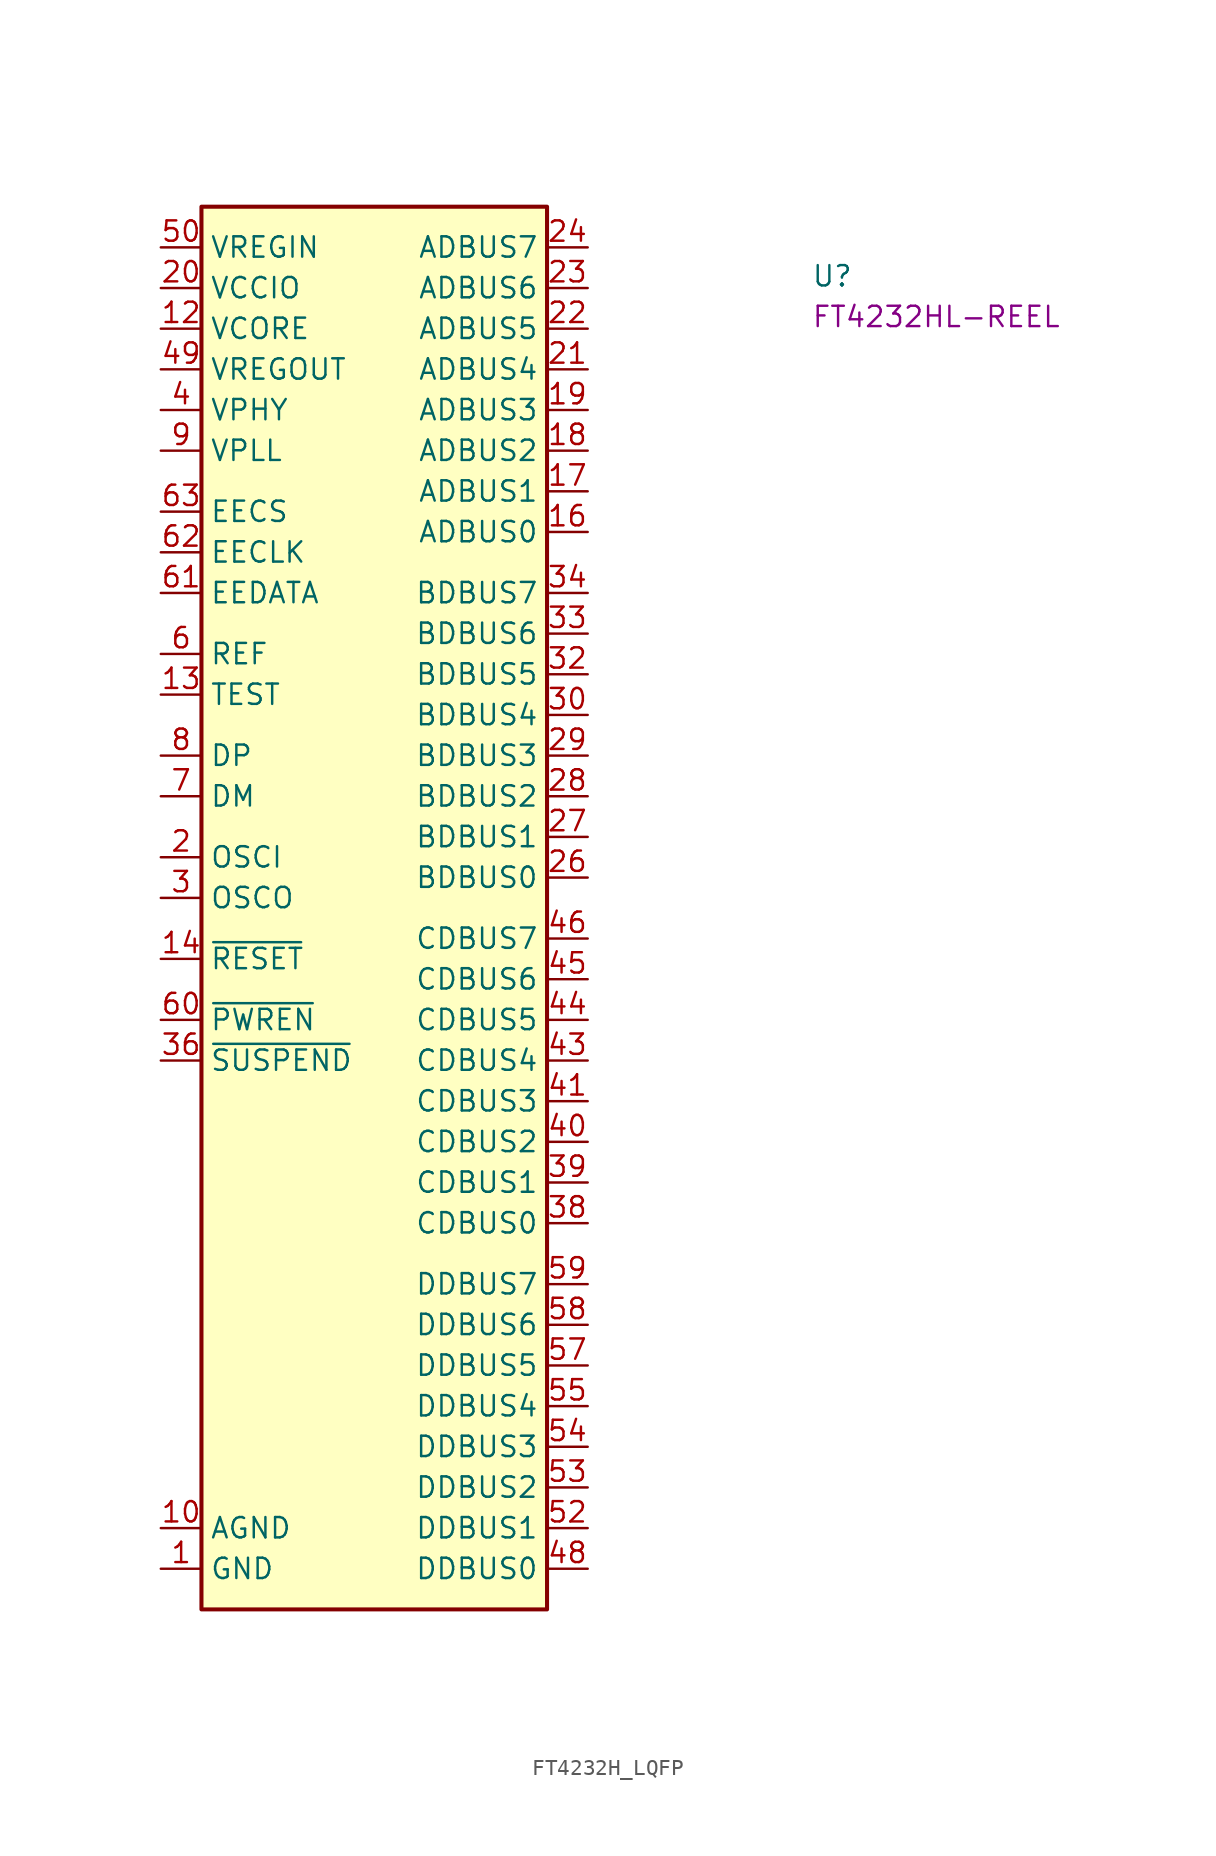
<source format=kicad_sym>
(kicad_symbol_lib
  (version 20220914)
  (generator kicad_symbol_editor)
  (symbol "FT4232H_LQFP"
    (property "Reference" "U"
      (at 40.64 -2.54 0)
      (effects (font (size 1.27 1.27) (thickness 0.15)) (justify left bottom)))
    (property "MPN" "FT4232HL-REEL"
      (at 40.64 -5.08 0)
      (effects (font (size 1.27 1.27) (thickness 0.15)) (justify left bottom)))
    (symbol "FT4232H_LQFP_1_1"
      (rectangle (start 2.54 2.54) (end 24.13 -85.09) (stroke (width 0.254) (type default)) (fill (type background)))
      (pin passive line (at 0 -82.55 0) (length 2.54) (name "GND" (effects (font (size 1.27 1.27)))) (number "1" (effects (font (size 1.27 1.27)))))
      (pin passive line (at 0 -80.01 0) (length 2.54) (name "AGND" (effects (font (size 1.27 1.27)))) (number "10" (effects (font (size 1.27 1.27)))))
      (pin passive line (at 0 -82.55 0) (length 2.54) hide (name "GND" (effects (font (size 1.27 1.27)))) (number "11" (effects (font (size 1.27 1.27)))))
      (pin passive line (at 0 -5.08 0) (length 2.54) (name "VCORE" (effects (font (size 1.27 1.27)))) (number "12" (effects (font (size 1.27 1.27)))))
      (pin passive line (at 0 -27.94 0) (length 2.54) (name "TEST" (effects (font (size 1.27 1.27)))) (number "13" (effects (font (size 1.27 1.27)))))
      (pin passive line (at 0 -44.45 0) (length 2.54) (name "~{RESET}" (effects (font (size 1.27 1.27)))) (number "14" (effects (font (size 1.27 1.27)))))
      (pin passive line (at 0 -82.55 0) (length 2.54) hide (name "GND" (effects (font (size 1.27 1.27)))) (number "15" (effects (font (size 1.27 1.27)))))
      (pin passive line (at 26.67 -17.78 180) (length 2.54) (name "ADBUS0" (effects (font (size 1.27 1.27)))) (number "16" (effects (font (size 1.27 1.27)))))
      (pin passive line (at 26.67 -15.24 180) (length 2.54) (name "ADBUS1" (effects (font (size 1.27 1.27)))) (number "17" (effects (font (size 1.27 1.27)))))
      (pin passive line (at 26.67 -12.7 180) (length 2.54) (name "ADBUS2" (effects (font (size 1.27 1.27)))) (number "18" (effects (font (size 1.27 1.27)))))
      (pin passive line (at 26.67 -10.16 180) (length 2.54) (name "ADBUS3" (effects (font (size 1.27 1.27)))) (number "19" (effects (font (size 1.27 1.27)))))
      (pin passive line (at 0 -38.1 0) (length 2.54) (name "OSCI" (effects (font (size 1.27 1.27)))) (number "2" (effects (font (size 1.27 1.27)))))
      (pin passive line (at 0 -2.54 0) (length 2.54) (name "VCCIO" (effects (font (size 1.27 1.27)))) (number "20" (effects (font (size 1.27 1.27)))))
      (pin passive line (at 26.67 -7.62 180) (length 2.54) (name "ADBUS4" (effects (font (size 1.27 1.27)))) (number "21" (effects (font (size 1.27 1.27)))))
      (pin passive line (at 26.67 -5.08 180) (length 2.54) (name "ADBUS5" (effects (font (size 1.27 1.27)))) (number "22" (effects (font (size 1.27 1.27)))))
      (pin passive line (at 26.67 -2.54 180) (length 2.54) (name "ADBUS6" (effects (font (size 1.27 1.27)))) (number "23" (effects (font (size 1.27 1.27)))))
      (pin passive line (at 26.67 0 180) (length 2.54) (name "ADBUS7" (effects (font (size 1.27 1.27)))) (number "24" (effects (font (size 1.27 1.27)))))
      (pin passive line (at 0 -82.55 0) (length 2.54) hide (name "GND" (effects (font (size 1.27 1.27)))) (number "25" (effects (font (size 1.27 1.27)))))
      (pin passive line (at 26.67 -39.37 180) (length 2.54) (name "BDBUS0" (effects (font (size 1.27 1.27)))) (number "26" (effects (font (size 1.27 1.27)))))
      (pin passive line (at 26.67 -36.83 180) (length 2.54) (name "BDBUS1" (effects (font (size 1.27 1.27)))) (number "27" (effects (font (size 1.27 1.27)))))
      (pin passive line (at 26.67 -34.29 180) (length 2.54) (name "BDBUS2" (effects (font (size 1.27 1.27)))) (number "28" (effects (font (size 1.27 1.27)))))
      (pin passive line (at 26.67 -31.75 180) (length 2.54) (name "BDBUS3" (effects (font (size 1.27 1.27)))) (number "29" (effects (font (size 1.27 1.27)))))
      (pin passive line (at 0 -40.64 0) (length 2.54) (name "OSCO" (effects (font (size 1.27 1.27)))) (number "3" (effects (font (size 1.27 1.27)))))
      (pin passive line (at 26.67 -29.21 180) (length 2.54) (name "BDBUS4" (effects (font (size 1.27 1.27)))) (number "30" (effects (font (size 1.27 1.27)))))
      (pin passive line (at 0 -2.54 0) (length 2.54) hide (name "VCCIO" (effects (font (size 1.27 1.27)))) (number "31" (effects (font (size 1.27 1.27)))))
      (pin passive line (at 26.67 -26.67 180) (length 2.54) (name "BDBUS5" (effects (font (size 1.27 1.27)))) (number "32" (effects (font (size 1.27 1.27)))))
      (pin passive line (at 26.67 -24.13 180) (length 2.54) (name "BDBUS6" (effects (font (size 1.27 1.27)))) (number "33" (effects (font (size 1.27 1.27)))))
      (pin passive line (at 26.67 -21.59 180) (length 2.54) (name "BDBUS7" (effects (font (size 1.27 1.27)))) (number "34" (effects (font (size 1.27 1.27)))))
      (pin passive line (at 0 -82.55 0) (length 2.54) hide (name "GND" (effects (font (size 1.27 1.27)))) (number "35" (effects (font (size 1.27 1.27)))))
      (pin passive line (at 0 -50.8 0) (length 2.54) (name "~{SUSPEND}" (effects (font (size 1.27 1.27)))) (number "36" (effects (font (size 1.27 1.27)))))
      (pin passive line (at 0 -5.08 0) (length 2.54) hide (name "VCORE" (effects (font (size 1.27 1.27)))) (number "37" (effects (font (size 1.27 1.27)))))
      (pin passive line (at 26.67 -60.96 180) (length 2.54) (name "CDBUS0" (effects (font (size 1.27 1.27)))) (number "38" (effects (font (size 1.27 1.27)))))
      (pin passive line (at 26.67 -58.42 180) (length 2.54) (name "CDBUS1" (effects (font (size 1.27 1.27)))) (number "39" (effects (font (size 1.27 1.27)))))
      (pin passive line (at 0 -10.16 0) (length 2.54) (name "VPHY" (effects (font (size 1.27 1.27)))) (number "4" (effects (font (size 1.27 1.27)))))
      (pin passive line (at 26.67 -55.88 180) (length 2.54) (name "CDBUS2" (effects (font (size 1.27 1.27)))) (number "40" (effects (font (size 1.27 1.27)))))
      (pin passive line (at 26.67 -53.34 180) (length 2.54) (name "CDBUS3" (effects (font (size 1.27 1.27)))) (number "41" (effects (font (size 1.27 1.27)))))
      (pin passive line (at 0 -2.54 0) (length 2.54) hide (name "VCCIO" (effects (font (size 1.27 1.27)))) (number "42" (effects (font (size 1.27 1.27)))))
      (pin passive line (at 26.67 -50.8 180) (length 2.54) (name "CDBUS4" (effects (font (size 1.27 1.27)))) (number "43" (effects (font (size 1.27 1.27)))))
      (pin passive line (at 26.67 -48.26 180) (length 2.54) (name "CDBUS5" (effects (font (size 1.27 1.27)))) (number "44" (effects (font (size 1.27 1.27)))))
      (pin passive line (at 26.67 -45.72 180) (length 2.54) (name "CDBUS6" (effects (font (size 1.27 1.27)))) (number "45" (effects (font (size 1.27 1.27)))))
      (pin passive line (at 26.67 -43.18 180) (length 2.54) (name "CDBUS7" (effects (font (size 1.27 1.27)))) (number "46" (effects (font (size 1.27 1.27)))))
      (pin passive line (at 0 -82.55 0) (length 2.54) hide (name "GND" (effects (font (size 1.27 1.27)))) (number "47" (effects (font (size 1.27 1.27)))))
      (pin passive line (at 26.67 -82.55 180) (length 2.54) (name "DDBUS0" (effects (font (size 1.27 1.27)))) (number "48" (effects (font (size 1.27 1.27)))))
      (pin passive line (at 0 -7.62 0) (length 2.54) (name "VREGOUT" (effects (font (size 1.27 1.27)))) (number "49" (effects (font (size 1.27 1.27)))))
      (pin passive line (at 0 -82.55 0) (length 2.54) hide (name "GND" (effects (font (size 1.27 1.27)))) (number "5" (effects (font (size 1.27 1.27)))))
      (pin passive line (at 0 0 0) (length 2.54) (name "VREGIN" (effects (font (size 1.27 1.27)))) (number "50" (effects (font (size 1.27 1.27)))))
      (pin passive line (at 0 -82.55 0) (length 2.54) hide (name "GND" (effects (font (size 1.27 1.27)))) (number "51" (effects (font (size 1.27 1.27)))))
      (pin passive line (at 26.67 -80.01 180) (length 2.54) (name "DDBUS1" (effects (font (size 1.27 1.27)))) (number "52" (effects (font (size 1.27 1.27)))))
      (pin passive line (at 26.67 -77.47 180) (length 2.54) (name "DDBUS2" (effects (font (size 1.27 1.27)))) (number "53" (effects (font (size 1.27 1.27)))))
      (pin passive line (at 26.67 -74.93 180) (length 2.54) (name "DDBUS3" (effects (font (size 1.27 1.27)))) (number "54" (effects (font (size 1.27 1.27)))))
      (pin passive line (at 26.67 -72.39 180) (length 2.54) (name "DDBUS4" (effects (font (size 1.27 1.27)))) (number "55" (effects (font (size 1.27 1.27)))))
      (pin passive line (at 0 -2.54 0) (length 2.54) hide (name "VCCIO" (effects (font (size 1.27 1.27)))) (number "56" (effects (font (size 1.27 1.27)))))
      (pin passive line (at 26.67 -69.85 180) (length 2.54) (name "DDBUS5" (effects (font (size 1.27 1.27)))) (number "57" (effects (font (size 1.27 1.27)))))
      (pin passive line (at 26.67 -67.31 180) (length 2.54) (name "DDBUS6" (effects (font (size 1.27 1.27)))) (number "58" (effects (font (size 1.27 1.27)))))
      (pin passive line (at 26.67 -64.77 180) (length 2.54) (name "DDBUS7" (effects (font (size 1.27 1.27)))) (number "59" (effects (font (size 1.27 1.27)))))
      (pin passive line (at 0 -25.4 0) (length 2.54) (name "REF" (effects (font (size 1.27 1.27)))) (number "6" (effects (font (size 1.27 1.27)))))
      (pin passive line (at 0 -48.26 0) (length 2.54) (name "~{PWREN}" (effects (font (size 1.27 1.27)))) (number "60" (effects (font (size 1.27 1.27)))))
      (pin passive line (at 0 -21.59 0) (length 2.54) (name "EEDATA" (effects (font (size 1.27 1.27)))) (number "61" (effects (font (size 1.27 1.27)))))
      (pin passive line (at 0 -19.05 0) (length 2.54) (name "EECLK" (effects (font (size 1.27 1.27)))) (number "62" (effects (font (size 1.27 1.27)))))
      (pin passive line (at 0 -16.51 0) (length 2.54) (name "EECS" (effects (font (size 1.27 1.27)))) (number "63" (effects (font (size 1.27 1.27)))))
      (pin passive line (at 0 -5.08 0) (length 2.54) hide (name "VCORE" (effects (font (size 1.27 1.27)))) (number "64" (effects (font (size 1.27 1.27)))))
      (pin passive line (at 0 -34.29 0) (length 2.54) (name "DM" (effects (font (size 1.27 1.27)))) (number "7" (effects (font (size 1.27 1.27)))))
      (pin passive line (at 0 -31.75 0) (length 2.54) (name "DP" (effects (font (size 1.27 1.27)))) (number "8" (effects (font (size 1.27 1.27)))))
      (pin passive line (at 0 -12.7 0) (length 2.54) (name "VPLL" (effects (font (size 1.27 1.27)))) (number "9" (effects (font (size 1.27 1.27))))))))
</source>
